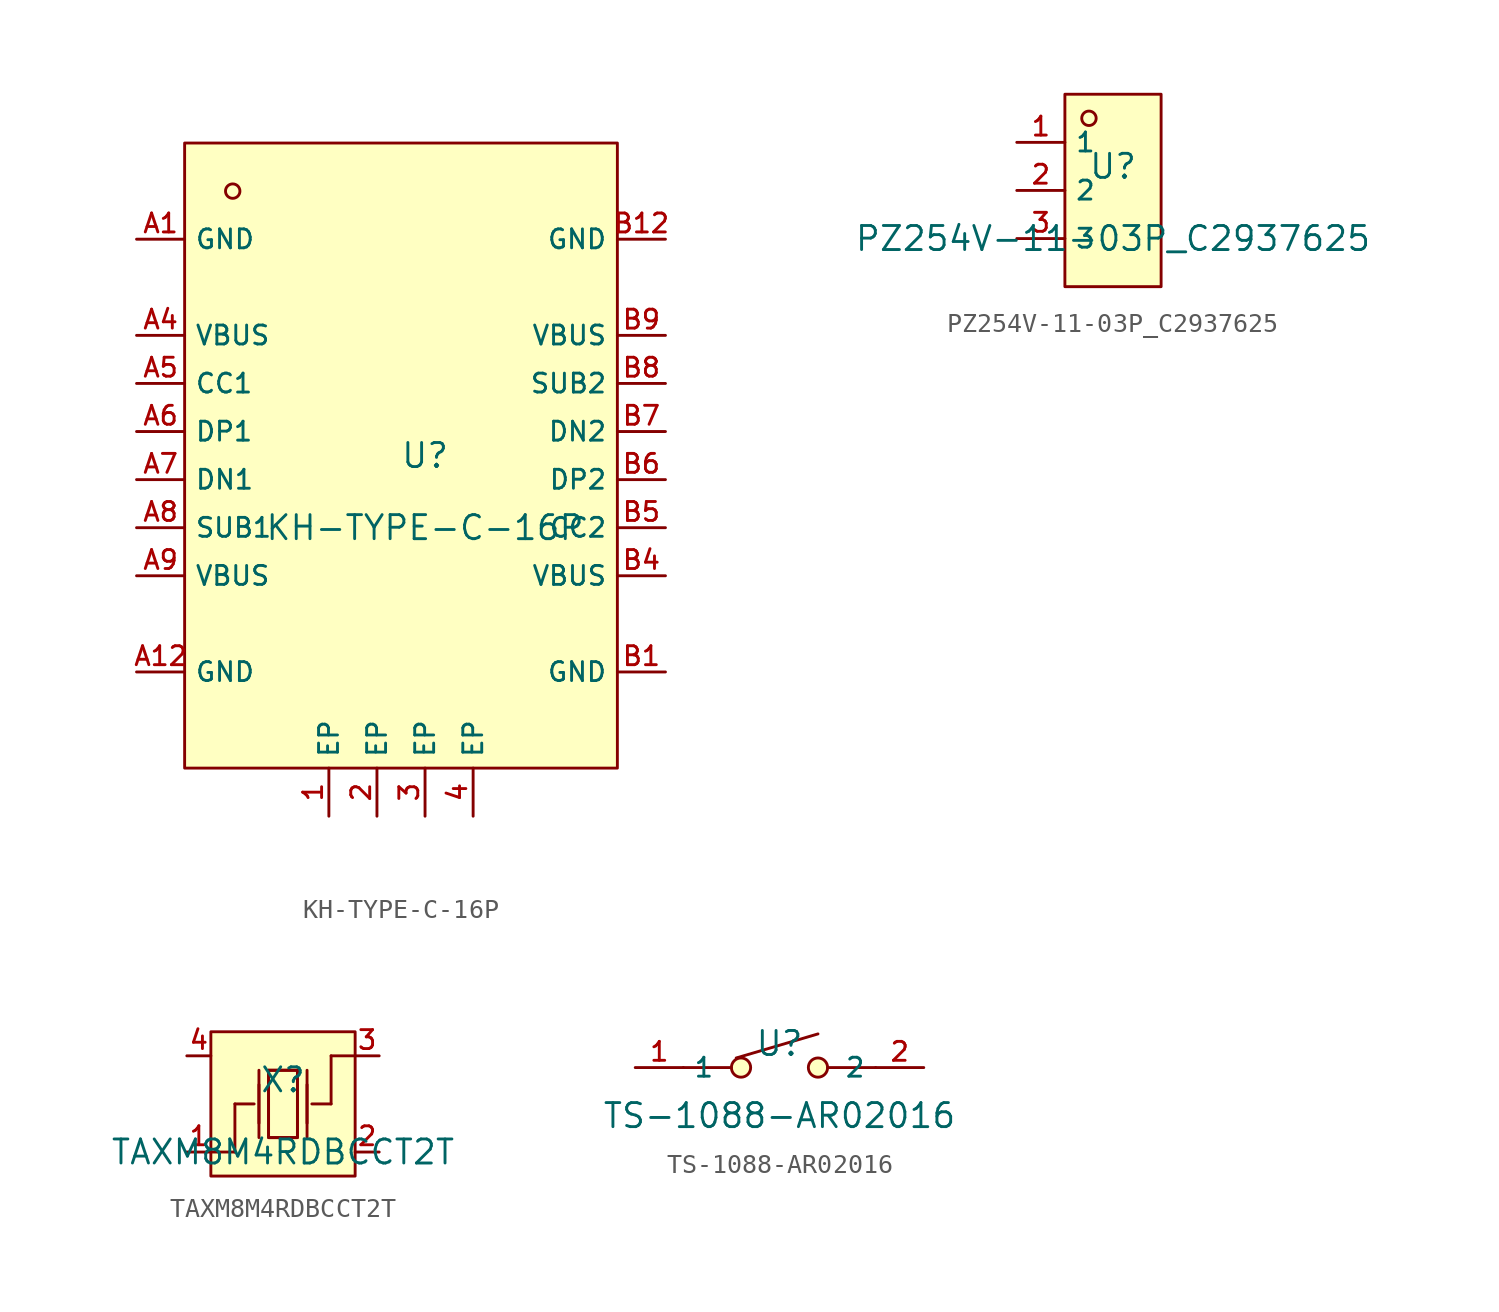
<source format=kicad_sym>
(kicad_symbol_lib
  (version 20241209)
  (generator "kicad_symbol_editor")
  (generator_version "9.0")
  (symbol "KH-TYPE-C-16P"
    (property "Reference" "U"
      (at 0 1.27 0)
      (effects (font (size 1.27 1.27))))
    (property "Value" "KH-TYPE-C-16P"
      (at 0 -2.54 0)
      (effects (font (size 1.27 1.27))))
    (symbol "KH-TYPE-C-16P_0_1"
      (rectangle (start -12.7 17.78) (end 10.16 -15.24) (stroke (width 0) (type default)) (fill (type background)))
      (circle (center -10.16 15.24) (radius 0.381) (stroke (width 0) (type default)) (fill (type background)))
      (pin unspecified line (at -15.24 12.7 0) (length 2.54) (name "GND" (effects (font (size 1 1)))) (number "A1" (effects (font (size 1 1)))))
      (pin unspecified line (at -15.24 7.62 0) (length 2.54) (name "VBUS" (effects (font (size 1 1)))) (number "A4" (effects (font (size 1 1)))))
      (pin unspecified line (at -15.24 5.08 0) (length 2.54) (name "CC1" (effects (font (size 1 1)))) (number "A5" (effects (font (size 1 1)))))
      (pin unspecified line (at -15.24 2.54 0) (length 2.54) (name "DP1" (effects (font (size 1 1)))) (number "A6" (effects (font (size 1 1)))))
      (pin unspecified line (at -15.24 0 0) (length 2.54) (name "DN1" (effects (font (size 1 1)))) (number "A7" (effects (font (size 1 1)))))
      (pin unspecified line (at -15.24 -2.54 0) (length 2.54) (name "SUB1" (effects (font (size 1 1)))) (number "A8" (effects (font (size 1 1)))))
      (pin unspecified line (at -15.24 -5.08 0) (length 2.54) (name "VBUS" (effects (font (size 1 1)))) (number "A9" (effects (font (size 1 1)))))
      (pin unspecified line (at -15.24 -10.16 0) (length 2.54) (name "GND" (effects (font (size 1 1)))) (number "A12" (effects (font (size 1 1)))))
      (pin unspecified line (at -5.08 -17.78 90) (length 2.54) (name "EP" (effects (font (size 1 1)))) (number "1" (effects (font (size 1 1)))))
      (pin unspecified line (at -2.54 -17.78 90) (length 2.54) (name "EP" (effects (font (size 1 1)))) (number "2" (effects (font (size 1 1)))))
      (pin unspecified line (at 0 -17.78 90) (length 2.54) (name "EP" (effects (font (size 1 1)))) (number "3" (effects (font (size 1 1)))))
      (pin unspecified line (at 2.54 -17.78 90) (length 2.54) (name "EP" (effects (font (size 1 1)))) (number "4" (effects (font (size 1 1)))))
      (pin unspecified line (at 12.7 12.7 180) (length 2.54) (name "GND" (effects (font (size 1 1)))) (number "B12" (effects (font (size 1 1)))))
      (pin unspecified line (at 12.7 7.62 180) (length 2.54) (name "VBUS" (effects (font (size 1 1)))) (number "B9" (effects (font (size 1 1)))))
      (pin unspecified line (at 12.7 5.08 180) (length 2.54) (name "SUB2" (effects (font (size 1 1)))) (number "B8" (effects (font (size 1 1)))))
      (pin unspecified line (at 12.7 2.54 180) (length 2.54) (name "DN2" (effects (font (size 1 1)))) (number "B7" (effects (font (size 1 1)))))
      (pin unspecified line (at 12.7 0 180) (length 2.54) (name "DP2" (effects (font (size 1 1)))) (number "B6" (effects (font (size 1 1)))))
      (pin unspecified line (at 12.7 -2.54 180) (length 2.54) (name "CC2" (effects (font (size 1 1)))) (number "B5" (effects (font (size 1 1)))))
      (pin unspecified line (at 12.7 -5.08 180) (length 2.54) (name "VBUS" (effects (font (size 1 1)))) (number "B4" (effects (font (size 1 1)))))
      (pin unspecified line (at 12.7 -10.16 180) (length 2.54) (name "GND" (effects (font (size 1 1)))) (number "B1" (effects (font (size 1 1)))))))
  (symbol "PZ254V-11-03P_C2937625"
    (property "Reference" "U"
      (at 0 1.27 0)
      (effects (font (size 1.27 1.27))))
    (property "Value" "PZ254V-11-03P_C2937625"
      (at 0 -2.54 0)
      (effects (font (size 1.27 1.27))))
    (symbol "PZ254V-11-03P_C2937625_0_1"
      (rectangle (start -2.54 5.08) (end 2.54 -5.08) (stroke (width 0) (type default)) (fill (type background)))
      (circle (center -1.27 3.81) (radius 0.381) (stroke (width 0) (type default)) (fill (type background)))
      (pin unspecified line (at -5.08 2.54 0) (length 2.54) (name "1" (effects (font (size 1 1)))) (number "1" (effects (font (size 1 1)))))
      (pin unspecified line (at -5.08 0 0) (length 2.54) (name "2" (effects (font (size 1 1)))) (number "2" (effects (font (size 1 1)))))
      (pin unspecified line (at -5.08 -2.54 0) (length 2.54) (name "3" (effects (font (size 1 1)))) (number "3" (effects (font (size 1 1)))))))
  (symbol "TAXM8M4RDBCCT2T"
    (property "Reference" "X"
      (at 0 1.27 0)
      (effects (font (size 1.27 1.27))))
    (property "Value" "TAXM8M4RDBCCT2T"
      (at 0 -2.54 0)
      (effects (font (size 1.27 1.27))))
    (symbol "TAXM8M4RDBCCT2T_0_1"
      (rectangle (start -3.81 3.81) (end 3.81 -3.81) (stroke (width 0) (type default)) (fill (type background)))
      (polyline (pts (xy -2.54 0) (xy -1.524 0)) (stroke (width 0) (type default)) (fill (type none)))
      (polyline (pts (xy -2.54 -2.54) (xy -3.81 -2.54)) (stroke (width 0) (type default)) (fill (type none)))
      (polyline (pts (xy -2.54 -2.54) (xy -2.54 0)) (stroke (width 0) (type default)) (fill (type none)))
      (polyline (pts (xy -1.27 1.778) (xy -1.27 -1.778)) (stroke (width 0) (type default)) (fill (type none)))
      (polyline (pts (xy -1.27 1.016) (xy -1.27 -1.016)) (stroke (width 0) (type default)) (fill (type none)))
      (polyline (pts (xy -0.762 1.778) (xy 0.762 1.778)) (stroke (width 0) (type default)) (fill (type none)))
      (polyline (pts (xy -0.762 -1.778) (xy -0.762 1.778) (xy 0.762 1.778) (xy 0.762 -1.778) (xy -0.762 -1.778)) (stroke (width 0) (type default)) (fill (type none)))
      (polyline (pts (xy 0.762 1.778) (xy 0.762 -1.778) (xy -0.762 -1.778) (xy -0.762 1.778)) (stroke (width 0) (type default)) (fill (type none)))
      (polyline (pts (xy 1.27 1.778) (xy 1.27 -1.778)) (stroke (width 0) (type default)) (fill (type none)))
      (polyline (pts (xy 1.27 1.016) (xy 1.27 -1.016)) (stroke (width 0) (type default)) (fill (type none)))
      (polyline (pts (xy 2.54 0) (xy 1.524 0)) (stroke (width 0) (type default)) (fill (type none)))
      (polyline (pts (xy 2.54 0) (xy 2.54 2.54)) (stroke (width 0) (type default)) (fill (type none)))
      (polyline (pts (xy 3.81 2.54) (xy 2.54 2.54)) (stroke (width 0) (type default)) (fill (type none))))
    (symbol "TAXM8M4RDBCCT2T_1_1"
      (pin input line (at -5.08 2.54 0) (length 1.27) (name "" (effects (font (size 1 1)))) (number "4" (effects (font (size 1 1)))))
      (pin input line (at -5.08 -2.54 0) (length 1.27) (name "" (effects (font (size 1 1)))) (number "1" (effects (font (size 1 1)))))
      (pin input line (at 5.08 2.54 180) (length 1.27) (name "" (effects (font (size 1 1)))) (number "3" (effects (font (size 1 1)))))
      (pin input line (at 5.08 -2.54 180) (length 1.27) (name "" (effects (font (size 1 1)))) (number "2" (effects (font (size 1 1)))))))
  (symbol "TS-1088-AR02016"
    (property "Reference" "U"
      (at 0 1.27 0)
      (effects (font (size 1.27 1.27))))
    (property "Value" "TS-1088-AR02016"
      (at 0 -2.54 0)
      (effects (font (size 1.27 1.27))))
    (symbol "TS-1088-AR02016_0_1"
      (polyline (pts (xy -5.08 0) (xy -2.54 0)) (stroke (width 0) (type default)) (fill (type none)))
      (polyline (pts (xy -2.286 0.508) (xy 2.032 1.778)) (stroke (width 0) (type default)) (fill (type none)))
      (circle (center -2.032 0) (radius 0.508) (stroke (width 0) (type default)) (fill (type background)))
      (circle (center 2.032 0) (radius 0.508) (stroke (width 0) (type default)) (fill (type background)))
      (polyline (pts (xy 5.08 0) (xy 2.54 0)) (stroke (width 0) (type default)) (fill (type none)))
      (pin unspecified line (at -7.62 0 0) (length 2.54) (name "1" (effects (font (size 1 1)))) (number "1" (effects (font (size 1 1)))))
      (pin unspecified line (at 7.62 0 180) (length 2.54) (name "2" (effects (font (size 1 1)))) (number "2" (effects (font (size 1 1))))))))
</source>
